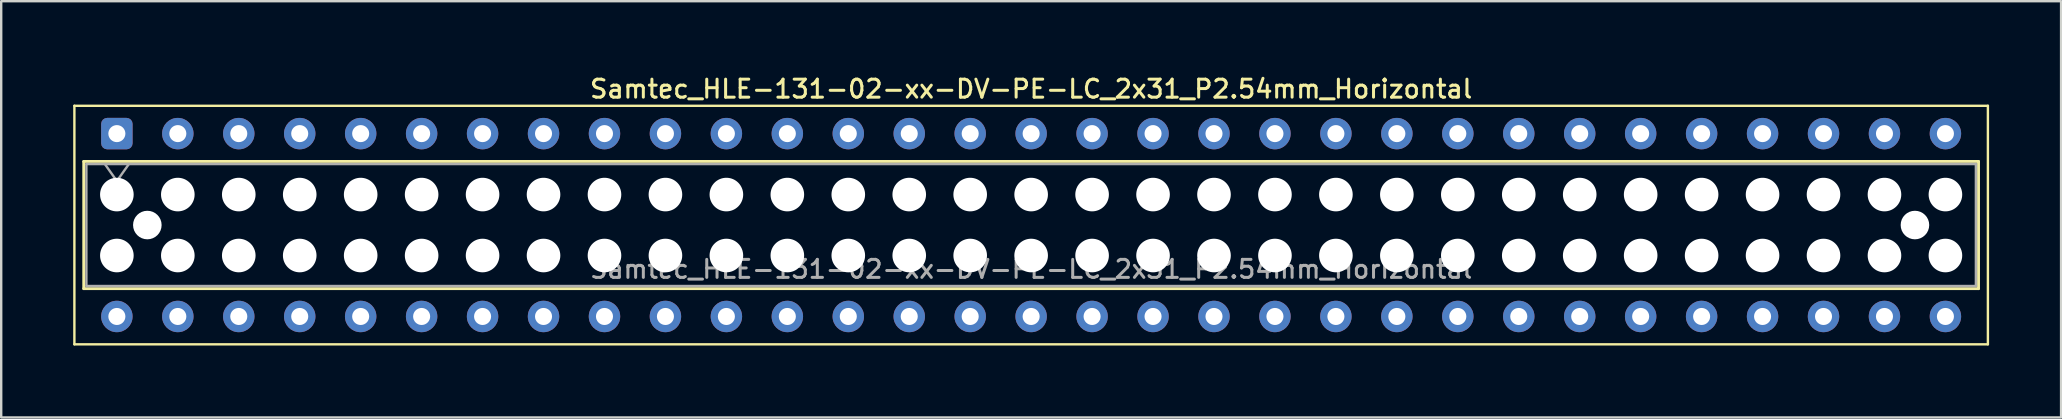
<source format=kicad_pcb>
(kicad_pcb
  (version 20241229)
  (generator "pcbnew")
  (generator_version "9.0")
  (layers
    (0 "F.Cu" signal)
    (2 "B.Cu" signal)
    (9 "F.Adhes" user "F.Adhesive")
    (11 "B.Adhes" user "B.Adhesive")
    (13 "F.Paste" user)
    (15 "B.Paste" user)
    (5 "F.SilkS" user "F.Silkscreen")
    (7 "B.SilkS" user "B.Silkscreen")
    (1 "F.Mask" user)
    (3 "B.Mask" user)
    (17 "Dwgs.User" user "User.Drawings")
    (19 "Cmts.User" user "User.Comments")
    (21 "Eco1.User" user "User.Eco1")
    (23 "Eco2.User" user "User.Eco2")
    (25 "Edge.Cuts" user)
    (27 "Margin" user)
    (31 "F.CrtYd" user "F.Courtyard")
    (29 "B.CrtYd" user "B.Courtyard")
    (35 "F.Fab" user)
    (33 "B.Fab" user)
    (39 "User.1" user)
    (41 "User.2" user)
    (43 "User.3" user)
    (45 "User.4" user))
  (footprint "Samtec_HLE-131-02-xx-DV-PE-LC_2x31_P2.54mm_Horizontal"
    (layer "F.Cu")
    (at 1.82 2.518)
    (property "Reference" "Samtec_HLE-131-02-xx-DV-PE-LC_2x31_P2.54mm_Horizontal" (at 38.1 -1.86 0) (layer "F.SilkS") (effects (font (size 0.75 0.75) (thickness 0.125))))
    (attr through_hole)
    (fp_line (start -1.77 -1.16) (end 77.97 -1.16) (stroke (width 0.1) (type solid)) (layer "F.SilkS"))
    (fp_line (start -1.77 8.78) (end -1.77 -1.16) (stroke (width 0.1) (type solid)) (layer "F.SilkS"))
    (fp_line (start -1.38 1.16) (end 77.58 1.16) (stroke (width 0.12) (type solid)) (layer "F.SilkS"))
    (fp_line (start -1.38 6.46) (end -1.38 1.16) (stroke (width 0.12) (type solid)) (layer "F.SilkS"))
    (fp_line (start 77.58 1.16) (end 77.58 6.46) (stroke (width 0.12) (type solid)) (layer "F.SilkS"))
    (fp_line (start 77.58 6.46) (end -1.38 6.46) (stroke (width 0.12) (type solid)) (layer "F.SilkS"))
    (fp_line (start 77.97 -1.16) (end 77.97 8.78) (stroke (width 0.1) (type solid)) (layer "F.SilkS"))
    (fp_line (start 77.97 8.78) (end -1.77 8.78) (stroke (width 0.1) (type solid)) (layer "F.SilkS"))
    (fp_line (start -1.27 1.27) (end 77.47 1.27) (stroke (width 0.1) (type solid)) (layer "F.Fab"))
    (fp_line (start -1.27 6.35) (end -1.27 1.27) (stroke (width 0.1) (type solid)) (layer "F.Fab"))
    (fp_line (start -0.5 1.27) (end 0 1.977) (stroke (width 0.1) (type solid)) (layer "F.Fab"))
    (fp_line (start 0 1.977) (end 0.5 1.27) (stroke (width 0.1) (type solid)) (layer "F.Fab"))
    (fp_line (start 77.47 1.27) (end 77.47 6.35) (stroke (width 0.1) (type solid)) (layer "F.Fab"))
    (fp_line (start 77.47 6.35) (end -1.27 6.35) (stroke (width 0.1) (type solid)) (layer "F.Fab"))
    (fp_text user "${REFERENCE}" (at 38.1 5.65 0) (layer "F.Fab") (effects (font (size 0.75 0.75) (thickness 0.125))))
    (pad "" np_thru_hole circle (at 0 2.54) (size 1.4 1.4) (drill 1.4) (layers "*.Cu" "*.Mask"))
    (pad "" np_thru_hole circle (at 0 5.08) (size 1.4 1.4) (drill 1.4) (layers "*.Cu" "*.Mask"))
    (pad "" np_thru_hole circle (at 1.27 3.81) (size 1.19 1.19) (drill 1.19) (layers "*.Cu" "*.Mask"))
    (pad "" np_thru_hole circle (at 2.54 2.54) (size 1.4 1.4) (drill 1.4) (layers "*.Cu" "*.Mask"))
    (pad "" np_thru_hole circle (at 2.54 5.08) (size 1.4 1.4) (drill 1.4) (layers "*.Cu" "*.Mask"))
    (pad "" np_thru_hole circle (at 5.08 2.54) (size 1.4 1.4) (drill 1.4) (layers "*.Cu" "*.Mask"))
    (pad "" np_thru_hole circle (at 5.08 5.08) (size 1.4 1.4) (drill 1.4) (layers "*.Cu" "*.Mask"))
    (pad "" np_thru_hole circle (at 7.62 2.54) (size 1.4 1.4) (drill 1.4) (layers "*.Cu" "*.Mask"))
    (pad "" np_thru_hole circle (at 7.62 5.08) (size 1.4 1.4) (drill 1.4) (layers "*.Cu" "*.Mask"))
    (pad "" np_thru_hole circle (at 10.16 2.54) (size 1.4 1.4) (drill 1.4) (layers "*.Cu" "*.Mask"))
    (pad "" np_thru_hole circle (at 10.16 5.08) (size 1.4 1.4) (drill 1.4) (layers "*.Cu" "*.Mask"))
    (pad "" np_thru_hole circle (at 12.7 2.54) (size 1.4 1.4) (drill 1.4) (layers "*.Cu" "*.Mask"))
    (pad "" np_thru_hole circle (at 12.7 5.08) (size 1.4 1.4) (drill 1.4) (layers "*.Cu" "*.Mask"))
    (pad "" np_thru_hole circle (at 15.24 2.54) (size 1.4 1.4) (drill 1.4) (layers "*.Cu" "*.Mask"))
    (pad "" np_thru_hole circle (at 15.24 5.08) (size 1.4 1.4) (drill 1.4) (layers "*.Cu" "*.Mask"))
    (pad "" np_thru_hole circle (at 17.78 2.54) (size 1.4 1.4) (drill 1.4) (layers "*.Cu" "*.Mask"))
    (pad "" np_thru_hole circle (at 17.78 5.08) (size 1.4 1.4) (drill 1.4) (layers "*.Cu" "*.Mask"))
    (pad "" np_thru_hole circle (at 20.32 2.54) (size 1.4 1.4) (drill 1.4) (layers "*.Cu" "*.Mask"))
    (pad "" np_thru_hole circle (at 20.32 5.08) (size 1.4 1.4) (drill 1.4) (layers "*.Cu" "*.Mask"))
    (pad "" np_thru_hole circle (at 22.86 2.54) (size 1.4 1.4) (drill 1.4) (layers "*.Cu" "*.Mask"))
    (pad "" np_thru_hole circle (at 22.86 5.08) (size 1.4 1.4) (drill 1.4) (layers "*.Cu" "*.Mask"))
    (pad "" np_thru_hole circle (at 25.4 2.54) (size 1.4 1.4) (drill 1.4) (layers "*.Cu" "*.Mask"))
    (pad "" np_thru_hole circle (at 25.4 5.08) (size 1.4 1.4) (drill 1.4) (layers "*.Cu" "*.Mask"))
    (pad "" np_thru_hole circle (at 27.94 2.54) (size 1.4 1.4) (drill 1.4) (layers "*.Cu" "*.Mask"))
    (pad "" np_thru_hole circle (at 27.94 5.08) (size 1.4 1.4) (drill 1.4) (layers "*.Cu" "*.Mask"))
    (pad "" np_thru_hole circle (at 30.48 2.54) (size 1.4 1.4) (drill 1.4) (layers "*.Cu" "*.Mask"))
    (pad "" np_thru_hole circle (at 30.48 5.08) (size 1.4 1.4) (drill 1.4) (layers "*.Cu" "*.Mask"))
    (pad "" np_thru_hole circle (at 33.02 2.54) (size 1.4 1.4) (drill 1.4) (layers "*.Cu" "*.Mask"))
    (pad "" np_thru_hole circle (at 33.02 5.08) (size 1.4 1.4) (drill 1.4) (layers "*.Cu" "*.Mask"))
    (pad "" np_thru_hole circle (at 35.56 2.54) (size 1.4 1.4) (drill 1.4) (layers "*.Cu" "*.Mask"))
    (pad "" np_thru_hole circle (at 35.56 5.08) (size 1.4 1.4) (drill 1.4) (layers "*.Cu" "*.Mask"))
    (pad "" np_thru_hole circle (at 38.1 2.54) (size 1.4 1.4) (drill 1.4) (layers "*.Cu" "*.Mask"))
    (pad "" np_thru_hole circle (at 38.1 5.08) (size 1.4 1.4) (drill 1.4) (layers "*.Cu" "*.Mask"))
    (pad "" np_thru_hole circle (at 40.64 2.54) (size 1.4 1.4) (drill 1.4) (layers "*.Cu" "*.Mask"))
    (pad "" np_thru_hole circle (at 40.64 5.08) (size 1.4 1.4) (drill 1.4) (layers "*.Cu" "*.Mask"))
    (pad "" np_thru_hole circle (at 43.18 2.54) (size 1.4 1.4) (drill 1.4) (layers "*.Cu" "*.Mask"))
    (pad "" np_thru_hole circle (at 43.18 5.08) (size 1.4 1.4) (drill 1.4) (layers "*.Cu" "*.Mask"))
    (pad "" np_thru_hole circle (at 45.72 2.54) (size 1.4 1.4) (drill 1.4) (layers "*.Cu" "*.Mask"))
    (pad "" np_thru_hole circle (at 45.72 5.08) (size 1.4 1.4) (drill 1.4) (layers "*.Cu" "*.Mask"))
    (pad "" np_thru_hole circle (at 48.26 2.54) (size 1.4 1.4) (drill 1.4) (layers "*.Cu" "*.Mask"))
    (pad "" np_thru_hole circle (at 48.26 5.08) (size 1.4 1.4) (drill 1.4) (layers "*.Cu" "*.Mask"))
    (pad "" np_thru_hole circle (at 50.8 2.54) (size 1.4 1.4) (drill 1.4) (layers "*.Cu" "*.Mask"))
    (pad "" np_thru_hole circle (at 50.8 5.08) (size 1.4 1.4) (drill 1.4) (layers "*.Cu" "*.Mask"))
    (pad "" np_thru_hole circle (at 53.34 2.54) (size 1.4 1.4) (drill 1.4) (layers "*.Cu" "*.Mask"))
    (pad "" np_thru_hole circle (at 53.34 5.08) (size 1.4 1.4) (drill 1.4) (layers "*.Cu" "*.Mask"))
    (pad "" np_thru_hole circle (at 55.88 2.54) (size 1.4 1.4) (drill 1.4) (layers "*.Cu" "*.Mask"))
    (pad "" np_thru_hole circle (at 55.88 5.08) (size 1.4 1.4) (drill 1.4) (layers "*.Cu" "*.Mask"))
    (pad "" np_thru_hole circle (at 58.42 2.54) (size 1.4 1.4) (drill 1.4) (layers "*.Cu" "*.Mask"))
    (pad "" np_thru_hole circle (at 58.42 5.08) (size 1.4 1.4) (drill 1.4) (layers "*.Cu" "*.Mask"))
    (pad "" np_thru_hole circle (at 60.96 2.54) (size 1.4 1.4) (drill 1.4) (layers "*.Cu" "*.Mask"))
    (pad "" np_thru_hole circle (at 60.96 5.08) (size 1.4 1.4) (drill 1.4) (layers "*.Cu" "*.Mask"))
    (pad "" np_thru_hole circle (at 63.5 2.54) (size 1.4 1.4) (drill 1.4) (layers "*.Cu" "*.Mask"))
    (pad "" np_thru_hole circle (at 63.5 5.08) (size 1.4 1.4) (drill 1.4) (layers "*.Cu" "*.Mask"))
    (pad "" np_thru_hole circle (at 66.04 2.54) (size 1.4 1.4) (drill 1.4) (layers "*.Cu" "*.Mask"))
    (pad "" np_thru_hole circle (at 66.04 5.08) (size 1.4 1.4) (drill 1.4) (layers "*.Cu" "*.Mask"))
    (pad "" np_thru_hole circle (at 68.58 2.54) (size 1.4 1.4) (drill 1.4) (layers "*.Cu" "*.Mask"))
    (pad "" np_thru_hole circle (at 68.58 5.08) (size 1.4 1.4) (drill 1.4) (layers "*.Cu" "*.Mask"))
    (pad "" np_thru_hole circle (at 71.12 2.54) (size 1.4 1.4) (drill 1.4) (layers "*.Cu" "*.Mask"))
    (pad "" np_thru_hole circle (at 71.12 5.08) (size 1.4 1.4) (drill 1.4) (layers "*.Cu" "*.Mask"))
    (pad "" np_thru_hole circle (at 73.66 2.54) (size 1.4 1.4) (drill 1.4) (layers "*.Cu" "*.Mask"))
    (pad "" np_thru_hole circle (at 73.66 5.08) (size 1.4 1.4) (drill 1.4) (layers "*.Cu" "*.Mask"))
    (pad "" np_thru_hole circle (at 74.93 3.81) (size 1.19 1.19) (drill 1.19) (layers "*.Cu" "*.Mask"))
    (pad "" np_thru_hole circle (at 76.2 2.54) (size 1.4 1.4) (drill 1.4) (layers "*.Cu" "*.Mask"))
    (pad "" np_thru_hole circle (at 76.2 5.08) (size 1.4 1.4) (drill 1.4) (layers "*.Cu" "*.Mask"))
    (pad "1" thru_hole roundrect (at 0 0) (size 1.31 1.31) (drill 0.71) (layers "*.Cu" "*.Mask") (roundrect_rratio 0.191))
    (pad "2" thru_hole circle (at 0 7.62) (size 1.31 1.31) (drill 0.71) (layers "*.Cu" "*.Mask"))
    (pad "3" thru_hole circle (at 2.54 0) (size 1.31 1.31) (drill 0.71) (layers "*.Cu" "*.Mask"))
    (pad "4" thru_hole circle (at 2.54 7.62) (size 1.31 1.31) (drill 0.71) (layers "*.Cu" "*.Mask"))
    (pad "5" thru_hole circle (at 5.08 0) (size 1.31 1.31) (drill 0.71) (layers "*.Cu" "*.Mask"))
    (pad "6" thru_hole circle (at 5.08 7.62) (size 1.31 1.31) (drill 0.71) (layers "*.Cu" "*.Mask"))
    (pad "7" thru_hole circle (at 7.62 0) (size 1.31 1.31) (drill 0.71) (layers "*.Cu" "*.Mask"))
    (pad "8" thru_hole circle (at 7.62 7.62) (size 1.31 1.31) (drill 0.71) (layers "*.Cu" "*.Mask"))
    (pad "9" thru_hole circle (at 10.16 0) (size 1.31 1.31) (drill 0.71) (layers "*.Cu" "*.Mask"))
    (pad "10" thru_hole circle (at 10.16 7.62) (size 1.31 1.31) (drill 0.71) (layers "*.Cu" "*.Mask"))
    (pad "11" thru_hole circle (at 12.7 0) (size 1.31 1.31) (drill 0.71) (layers "*.Cu" "*.Mask"))
    (pad "12" thru_hole circle (at 12.7 7.62) (size 1.31 1.31) (drill 0.71) (layers "*.Cu" "*.Mask"))
    (pad "13" thru_hole circle (at 15.24 0) (size 1.31 1.31) (drill 0.71) (layers "*.Cu" "*.Mask"))
    (pad "14" thru_hole circle (at 15.24 7.62) (size 1.31 1.31) (drill 0.71) (layers "*.Cu" "*.Mask"))
    (pad "15" thru_hole circle (at 17.78 0) (size 1.31 1.31) (drill 0.71) (layers "*.Cu" "*.Mask"))
    (pad "16" thru_hole circle (at 17.78 7.62) (size 1.31 1.31) (drill 0.71) (layers "*.Cu" "*.Mask"))
    (pad "17" thru_hole circle (at 20.32 0) (size 1.31 1.31) (drill 0.71) (layers "*.Cu" "*.Mask"))
    (pad "18" thru_hole circle (at 20.32 7.62) (size 1.31 1.31) (drill 0.71) (layers "*.Cu" "*.Mask"))
    (pad "19" thru_hole circle (at 22.86 0) (size 1.31 1.31) (drill 0.71) (layers "*.Cu" "*.Mask"))
    (pad "20" thru_hole circle (at 22.86 7.62) (size 1.31 1.31) (drill 0.71) (layers "*.Cu" "*.Mask"))
    (pad "21" thru_hole circle (at 25.4 0) (size 1.31 1.31) (drill 0.71) (layers "*.Cu" "*.Mask"))
    (pad "22" thru_hole circle (at 25.4 7.62) (size 1.31 1.31) (drill 0.71) (layers "*.Cu" "*.Mask"))
    (pad "23" thru_hole circle (at 27.94 0) (size 1.31 1.31) (drill 0.71) (layers "*.Cu" "*.Mask"))
    (pad "24" thru_hole circle (at 27.94 7.62) (size 1.31 1.31) (drill 0.71) (layers "*.Cu" "*.Mask"))
    (pad "25" thru_hole circle (at 30.48 0) (size 1.31 1.31) (drill 0.71) (layers "*.Cu" "*.Mask"))
    (pad "26" thru_hole circle (at 30.48 7.62) (size 1.31 1.31) (drill 0.71) (layers "*.Cu" "*.Mask"))
    (pad "27" thru_hole circle (at 33.02 0) (size 1.31 1.31) (drill 0.71) (layers "*.Cu" "*.Mask"))
    (pad "28" thru_hole circle (at 33.02 7.62) (size 1.31 1.31) (drill 0.71) (layers "*.Cu" "*.Mask"))
    (pad "29" thru_hole circle (at 35.56 0) (size 1.31 1.31) (drill 0.71) (layers "*.Cu" "*.Mask"))
    (pad "30" thru_hole circle (at 35.56 7.62) (size 1.31 1.31) (drill 0.71) (layers "*.Cu" "*.Mask"))
    (pad "31" thru_hole circle (at 38.1 0) (size 1.31 1.31) (drill 0.71) (layers "*.Cu" "*.Mask"))
    (pad "32" thru_hole circle (at 38.1 7.62) (size 1.31 1.31) (drill 0.71) (layers "*.Cu" "*.Mask"))
    (pad "33" thru_hole circle (at 40.64 0) (size 1.31 1.31) (drill 0.71) (layers "*.Cu" "*.Mask"))
    (pad "34" thru_hole circle (at 40.64 7.62) (size 1.31 1.31) (drill 0.71) (layers "*.Cu" "*.Mask"))
    (pad "35" thru_hole circle (at 43.18 0) (size 1.31 1.31) (drill 0.71) (layers "*.Cu" "*.Mask"))
    (pad "36" thru_hole circle (at 43.18 7.62) (size 1.31 1.31) (drill 0.71) (layers "*.Cu" "*.Mask"))
    (pad "37" thru_hole circle (at 45.72 0) (size 1.31 1.31) (drill 0.71) (layers "*.Cu" "*.Mask"))
    (pad "38" thru_hole circle (at 45.72 7.62) (size 1.31 1.31) (drill 0.71) (layers "*.Cu" "*.Mask"))
    (pad "39" thru_hole circle (at 48.26 0) (size 1.31 1.31) (drill 0.71) (layers "*.Cu" "*.Mask"))
    (pad "40" thru_hole circle (at 48.26 7.62) (size 1.31 1.31) (drill 0.71) (layers "*.Cu" "*.Mask"))
    (pad "41" thru_hole circle (at 50.8 0) (size 1.31 1.31) (drill 0.71) (layers "*.Cu" "*.Mask"))
    (pad "42" thru_hole circle (at 50.8 7.62) (size 1.31 1.31) (drill 0.71) (layers "*.Cu" "*.Mask"))
    (pad "43" thru_hole circle (at 53.34 0) (size 1.31 1.31) (drill 0.71) (layers "*.Cu" "*.Mask"))
    (pad "44" thru_hole circle (at 53.34 7.62) (size 1.31 1.31) (drill 0.71) (layers "*.Cu" "*.Mask"))
    (pad "45" thru_hole circle (at 55.88 0) (size 1.31 1.31) (drill 0.71) (layers "*.Cu" "*.Mask"))
    (pad "46" thru_hole circle (at 55.88 7.62) (size 1.31 1.31) (drill 0.71) (layers "*.Cu" "*.Mask"))
    (pad "47" thru_hole circle (at 58.42 0) (size 1.31 1.31) (drill 0.71) (layers "*.Cu" "*.Mask"))
    (pad "48" thru_hole circle (at 58.42 7.62) (size 1.31 1.31) (drill 0.71) (layers "*.Cu" "*.Mask"))
    (pad "49" thru_hole circle (at 60.96 0) (size 1.31 1.31) (drill 0.71) (layers "*.Cu" "*.Mask"))
    (pad "50" thru_hole circle (at 60.96 7.62) (size 1.31 1.31) (drill 0.71) (layers "*.Cu" "*.Mask"))
    (pad "51" thru_hole circle (at 63.5 0) (size 1.31 1.31) (drill 0.71) (layers "*.Cu" "*.Mask"))
    (pad "52" thru_hole circle (at 63.5 7.62) (size 1.31 1.31) (drill 0.71) (layers "*.Cu" "*.Mask"))
    (pad "53" thru_hole circle (at 66.04 0) (size 1.31 1.31) (drill 0.71) (layers "*.Cu" "*.Mask"))
    (pad "54" thru_hole circle (at 66.04 7.62) (size 1.31 1.31) (drill 0.71) (layers "*.Cu" "*.Mask"))
    (pad "55" thru_hole circle (at 68.58 0) (size 1.31 1.31) (drill 0.71) (layers "*.Cu" "*.Mask"))
    (pad "56" thru_hole circle (at 68.58 7.62) (size 1.31 1.31) (drill 0.71) (layers "*.Cu" "*.Mask"))
    (pad "57" thru_hole circle (at 71.12 0) (size 1.31 1.31) (drill 0.71) (layers "*.Cu" "*.Mask"))
    (pad "58" thru_hole circle (at 71.12 7.62) (size 1.31 1.31) (drill 0.71) (layers "*.Cu" "*.Mask"))
    (pad "59" thru_hole circle (at 73.66 0) (size 1.31 1.31) (drill 0.71) (layers "*.Cu" "*.Mask"))
    (pad "60" thru_hole circle (at 73.66 7.62) (size 1.31 1.31) (drill 0.71) (layers "*.Cu" "*.Mask"))
    (pad "61" thru_hole circle (at 76.2 0) (size 1.31 1.31) (drill 0.71) (layers "*.Cu" "*.Mask"))
    (pad "62" thru_hole circle (at 76.2 7.62) (size 1.31 1.31) (drill 0.71) (layers "*.Cu" "*.Mask")))
  (gr_rect
    (start -3 -3)
    (end 82.84 14.348)
    (stroke (width 0.1) (type default))
    (fill no)
    (layer "Edge.Cuts")))
</source>
